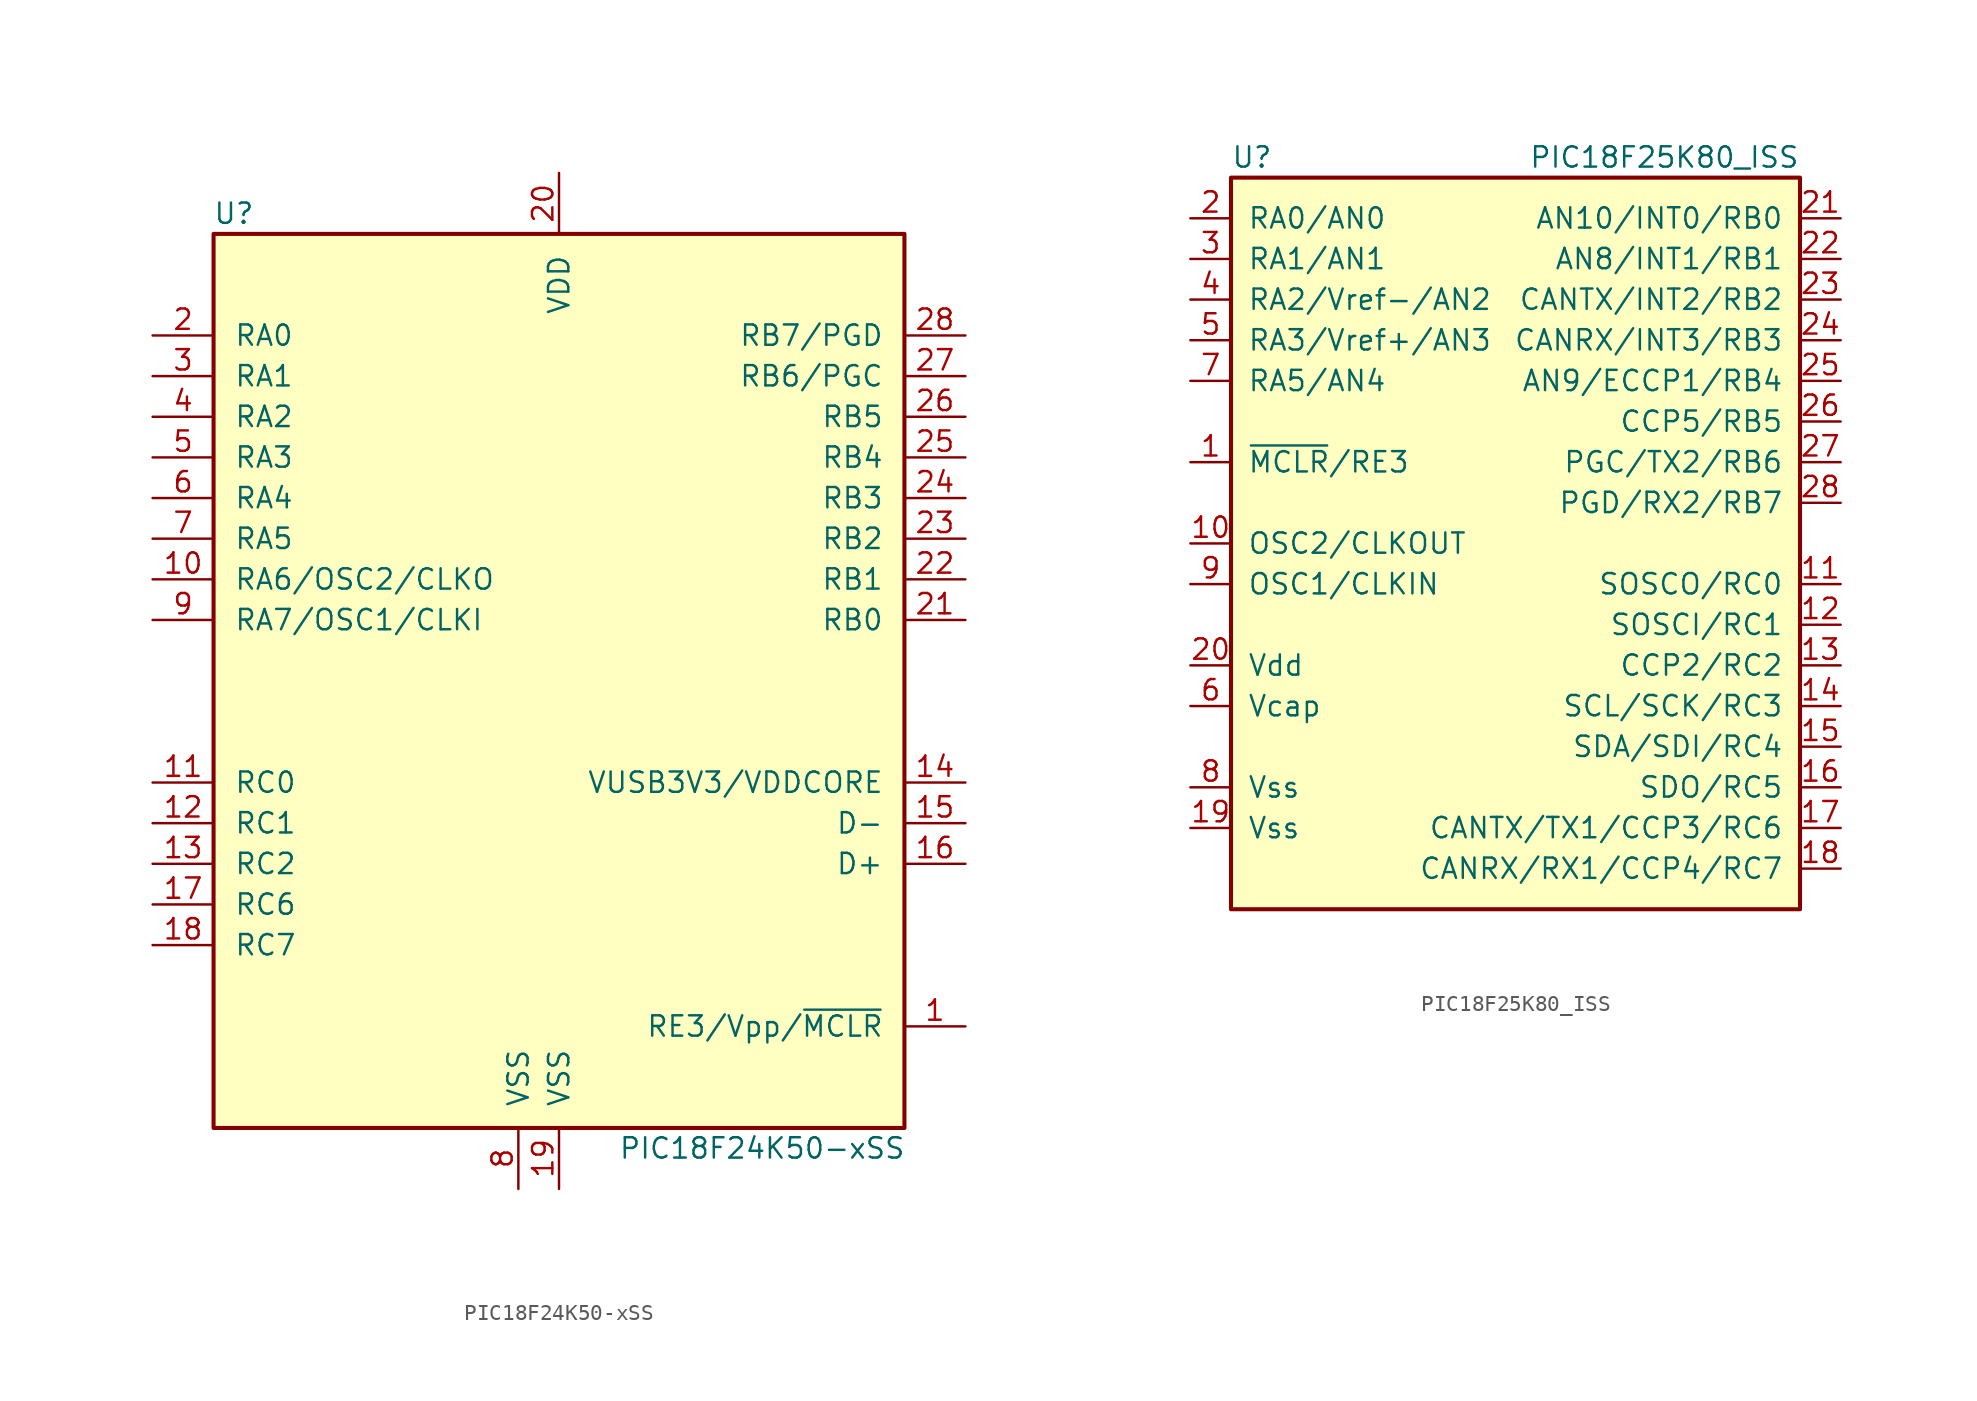
<source format=kicad_sym>
(kicad_symbol_lib
  (version 20211014)
  (generator kicad_symbol_editor)
  (symbol "PIC18F24K50-xSS"
    (pin_names
      (offset 1.27))
    (property "Reference" "U"
      (at -20.32 30.48 0)
      (effects (font (size 1.27 1.27))))
    (property "Value" "PIC18F24K50-xSS"
      (at 12.7 -27.94 0)
      (effects (font (size 1.27 1.27))))
    (symbol "PIC18F24K50-xSS_0_1"
      (rectangle (start -21.59 29.21) (end 21.59 -26.67) (stroke (width 0.254) (type default) (color 0 0 0 0)) (fill (type background))))
    (symbol "PIC18F24K50-xSS_1_1"
      (pin input line (at 25.4 -20.32 180) (length 3.81) (name "RE3/Vpp/~{MCLR}" (effects (font (size 1.27 1.27)))) (number "1" (effects (font (size 1.27 1.27)))))
      (pin output line (at -25.4 7.62 0) (length 3.81) (name "RA6/OSC2/CLKO" (effects (font (size 1.27 1.27)))) (number "10" (effects (font (size 1.27 1.27)))))
      (pin bidirectional line (at -25.4 -5.08 0) (length 3.81) (name "RC0" (effects (font (size 1.27 1.27)))) (number "11" (effects (font (size 1.27 1.27)))))
      (pin bidirectional line (at -25.4 -7.62 0) (length 3.81) (name "RC1" (effects (font (size 1.27 1.27)))) (number "12" (effects (font (size 1.27 1.27)))))
      (pin bidirectional line (at -25.4 -10.16 0) (length 3.81) (name "RC2" (effects (font (size 1.27 1.27)))) (number "13" (effects (font (size 1.27 1.27)))))
      (pin bidirectional line (at 25.4 -5.08 180) (length 3.81) (name "VUSB3V3/VDDCORE" (effects (font (size 1.27 1.27)))) (number "14" (effects (font (size 1.27 1.27)))))
      (pin bidirectional line (at 25.4 -7.62 180) (length 3.81) (name "D-" (effects (font (size 1.27 1.27)))) (number "15" (effects (font (size 1.27 1.27)))))
      (pin bidirectional line (at 25.4 -10.16 180) (length 3.81) (name "D+" (effects (font (size 1.27 1.27)))) (number "16" (effects (font (size 1.27 1.27)))))
      (pin bidirectional line (at -25.4 -12.7 0) (length 3.81) (name "RC6" (effects (font (size 1.27 1.27)))) (number "17" (effects (font (size 1.27 1.27)))))
      (pin bidirectional line (at -25.4 -15.24 0) (length 3.81) (name "RC7" (effects (font (size 1.27 1.27)))) (number "18" (effects (font (size 1.27 1.27)))))
      (pin power_in line (at 0 -30.48 90) (length 3.81) (name "VSS" (effects (font (size 1.27 1.27)))) (number "19" (effects (font (size 1.27 1.27)))))
      (pin bidirectional line (at -25.4 22.86 0) (length 3.81) (name "RA0" (effects (font (size 1.27 1.27)))) (number "2" (effects (font (size 1.27 1.27)))))
      (pin power_in line (at 0 33.02 270) (length 3.81) (name "VDD" (effects (font (size 1.27 1.27)))) (number "20" (effects (font (size 1.27 1.27)))))
      (pin bidirectional line (at 25.4 5.08 180) (length 3.81) (name "RB0" (effects (font (size 1.27 1.27)))) (number "21" (effects (font (size 1.27 1.27)))))
      (pin bidirectional line (at 25.4 7.62 180) (length 3.81) (name "RB1" (effects (font (size 1.27 1.27)))) (number "22" (effects (font (size 1.27 1.27)))))
      (pin bidirectional line (at 25.4 10.16 180) (length 3.81) (name "RB2" (effects (font (size 1.27 1.27)))) (number "23" (effects (font (size 1.27 1.27)))))
      (pin bidirectional line (at 25.4 12.7 180) (length 3.81) (name "RB3" (effects (font (size 1.27 1.27)))) (number "24" (effects (font (size 1.27 1.27)))))
      (pin bidirectional line (at 25.4 15.24 180) (length 3.81) (name "RB4" (effects (font (size 1.27 1.27)))) (number "25" (effects (font (size 1.27 1.27)))))
      (pin bidirectional line (at 25.4 17.78 180) (length 3.81) (name "RB5" (effects (font (size 1.27 1.27)))) (number "26" (effects (font (size 1.27 1.27)))))
      (pin bidirectional line (at 25.4 20.32 180) (length 3.81) (name "RB6/PGC" (effects (font (size 1.27 1.27)))) (number "27" (effects (font (size 1.27 1.27)))))
      (pin bidirectional line (at 25.4 22.86 180) (length 3.81) (name "RB7/PGD" (effects (font (size 1.27 1.27)))) (number "28" (effects (font (size 1.27 1.27)))))
      (pin bidirectional line (at -25.4 20.32 0) (length 3.81) (name "RA1" (effects (font (size 1.27 1.27)))) (number "3" (effects (font (size 1.27 1.27)))))
      (pin bidirectional line (at -25.4 17.78 0) (length 3.81) (name "RA2" (effects (font (size 1.27 1.27)))) (number "4" (effects (font (size 1.27 1.27)))))
      (pin bidirectional line (at -25.4 15.24 0) (length 3.81) (name "RA3" (effects (font (size 1.27 1.27)))) (number "5" (effects (font (size 1.27 1.27)))))
      (pin bidirectional line (at -25.4 12.7 0) (length 3.81) (name "RA4" (effects (font (size 1.27 1.27)))) (number "6" (effects (font (size 1.27 1.27)))))
      (pin bidirectional line (at -25.4 10.16 0) (length 3.81) (name "RA5" (effects (font (size 1.27 1.27)))) (number "7" (effects (font (size 1.27 1.27)))))
      (pin power_in line (at -2.54 -30.48 90) (length 3.81) (name "VSS" (effects (font (size 1.27 1.27)))) (number "8" (effects (font (size 1.27 1.27)))))
      (pin input line (at -25.4 5.08 0) (length 3.81) (name "RA7/OSC1/CLKI" (effects (font (size 1.27 1.27)))) (number "9" (effects (font (size 1.27 1.27)))))))
  (symbol "PIC18F25K80_ISS"
    (pin_names
      (offset 1.016))
    (property "Reference" "U"
      (at -17.78 24.13 0)
      (effects (font (size 1.27 1.27)) (justify left)))
    (property "Value" "PIC18F25K80_ISS"
      (at 17.78 24.13 0)
      (effects (font (size 1.27 1.27)) (justify right)))
    (symbol "PIC18F25K80_ISS_0_1"
      (rectangle (start -17.78 22.86) (end 17.78 -22.86) (stroke (width 0.254) (type default) (color 0 0 0 0)) (fill (type background))))
    (symbol "PIC18F25K80_ISS_1_1"
      (pin bidirectional line (at -20.32 5.08 0) (length 2.54) (name "~{MCLR}/RE3" (effects (font (size 1.27 1.27)))) (number "1" (effects (font (size 1.27 1.27)))))
      (pin input line (at -20.32 0 0) (length 2.54) (name "OSC2/CLKOUT" (effects (font (size 1.27 1.27)))) (number "10" (effects (font (size 1.27 1.27)))))
      (pin bidirectional line (at 20.32 -2.54 180) (length 2.54) (name "SOSCO/RC0" (effects (font (size 1.27 1.27)))) (number "11" (effects (font (size 1.27 1.27)))))
      (pin bidirectional line (at 20.32 -5.08 180) (length 2.54) (name "SOSCI/RC1" (effects (font (size 1.27 1.27)))) (number "12" (effects (font (size 1.27 1.27)))))
      (pin bidirectional line (at 20.32 -7.62 180) (length 2.54) (name "CCP2/RC2" (effects (font (size 1.27 1.27)))) (number "13" (effects (font (size 1.27 1.27)))))
      (pin bidirectional line (at 20.32 -10.16 180) (length 2.54) (name "SCL/SCK/RC3" (effects (font (size 1.27 1.27)))) (number "14" (effects (font (size 1.27 1.27)))))
      (pin bidirectional line (at 20.32 -12.7 180) (length 2.54) (name "SDA/SDI/RC4" (effects (font (size 1.27 1.27)))) (number "15" (effects (font (size 1.27 1.27)))))
      (pin bidirectional line (at 20.32 -15.24 180) (length 2.54) (name "SDO/RC5" (effects (font (size 1.27 1.27)))) (number "16" (effects (font (size 1.27 1.27)))))
      (pin bidirectional line (at 20.32 -17.78 180) (length 2.54) (name "CANTX/TX1/CCP3/RC6" (effects (font (size 1.27 1.27)))) (number "17" (effects (font (size 1.27 1.27)))))
      (pin bidirectional line (at 20.32 -20.32 180) (length 2.54) (name "CANRX/RX1/CCP4/RC7" (effects (font (size 1.27 1.27)))) (number "18" (effects (font (size 1.27 1.27)))))
      (pin power_in line (at -20.32 -17.78 0) (length 2.54) (name "Vss" (effects (font (size 1.27 1.27)))) (number "19" (effects (font (size 1.27 1.27)))))
      (pin bidirectional line (at -20.32 20.32 0) (length 2.54) (name "RA0/AN0" (effects (font (size 1.27 1.27)))) (number "2" (effects (font (size 1.27 1.27)))))
      (pin power_in line (at -20.32 -7.62 0) (length 2.54) (name "Vdd" (effects (font (size 1.27 1.27)))) (number "20" (effects (font (size 1.27 1.27)))))
      (pin bidirectional line (at 20.32 20.32 180) (length 2.54) (name "AN10/INT0/RB0" (effects (font (size 1.27 1.27)))) (number "21" (effects (font (size 1.27 1.27)))))
      (pin bidirectional line (at 20.32 17.78 180) (length 2.54) (name "AN8/INT1/RB1" (effects (font (size 1.27 1.27)))) (number "22" (effects (font (size 1.27 1.27)))))
      (pin bidirectional line (at 20.32 15.24 180) (length 2.54) (name "CANTX/INT2/RB2" (effects (font (size 1.27 1.27)))) (number "23" (effects (font (size 1.27 1.27)))))
      (pin bidirectional line (at 20.32 12.7 180) (length 2.54) (name "CANRX/INT3/RB3" (effects (font (size 1.27 1.27)))) (number "24" (effects (font (size 1.27 1.27)))))
      (pin bidirectional line (at 20.32 10.16 180) (length 2.54) (name "AN9/ECCP1/RB4" (effects (font (size 1.27 1.27)))) (number "25" (effects (font (size 1.27 1.27)))))
      (pin bidirectional line (at 20.32 7.62 180) (length 2.54) (name "CCP5/RB5" (effects (font (size 1.27 1.27)))) (number "26" (effects (font (size 1.27 1.27)))))
      (pin bidirectional line (at 20.32 5.08 180) (length 2.54) (name "PGC/TX2/RB6" (effects (font (size 1.27 1.27)))) (number "27" (effects (font (size 1.27 1.27)))))
      (pin bidirectional line (at 20.32 2.54 180) (length 2.54) (name "PGD/RX2/RB7" (effects (font (size 1.27 1.27)))) (number "28" (effects (font (size 1.27 1.27)))))
      (pin bidirectional line (at -20.32 17.78 0) (length 2.54) (name "RA1/AN1" (effects (font (size 1.27 1.27)))) (number "3" (effects (font (size 1.27 1.27)))))
      (pin bidirectional line (at -20.32 15.24 0) (length 2.54) (name "RA2/Vref-/AN2" (effects (font (size 1.27 1.27)))) (number "4" (effects (font (size 1.27 1.27)))))
      (pin bidirectional line (at -20.32 12.7 0) (length 2.54) (name "RA3/Vref+/AN3" (effects (font (size 1.27 1.27)))) (number "5" (effects (font (size 1.27 1.27)))))
      (pin power_in line (at -20.32 -10.16 0) (length 2.54) (name "Vcap" (effects (font (size 1.27 1.27)))) (number "6" (effects (font (size 1.27 1.27)))))
      (pin bidirectional line (at -20.32 10.16 0) (length 2.54) (name "RA5/AN4" (effects (font (size 1.27 1.27)))) (number "7" (effects (font (size 1.27 1.27)))))
      (pin power_in line (at -20.32 -15.24 0) (length 2.54) (name "Vss" (effects (font (size 1.27 1.27)))) (number "8" (effects (font (size 1.27 1.27)))))
      (pin input line (at -20.32 -2.54 0) (length 2.54) (name "OSC1/CLKIN" (effects (font (size 1.27 1.27)))) (number "9" (effects (font (size 1.27 1.27))))))))
</source>
